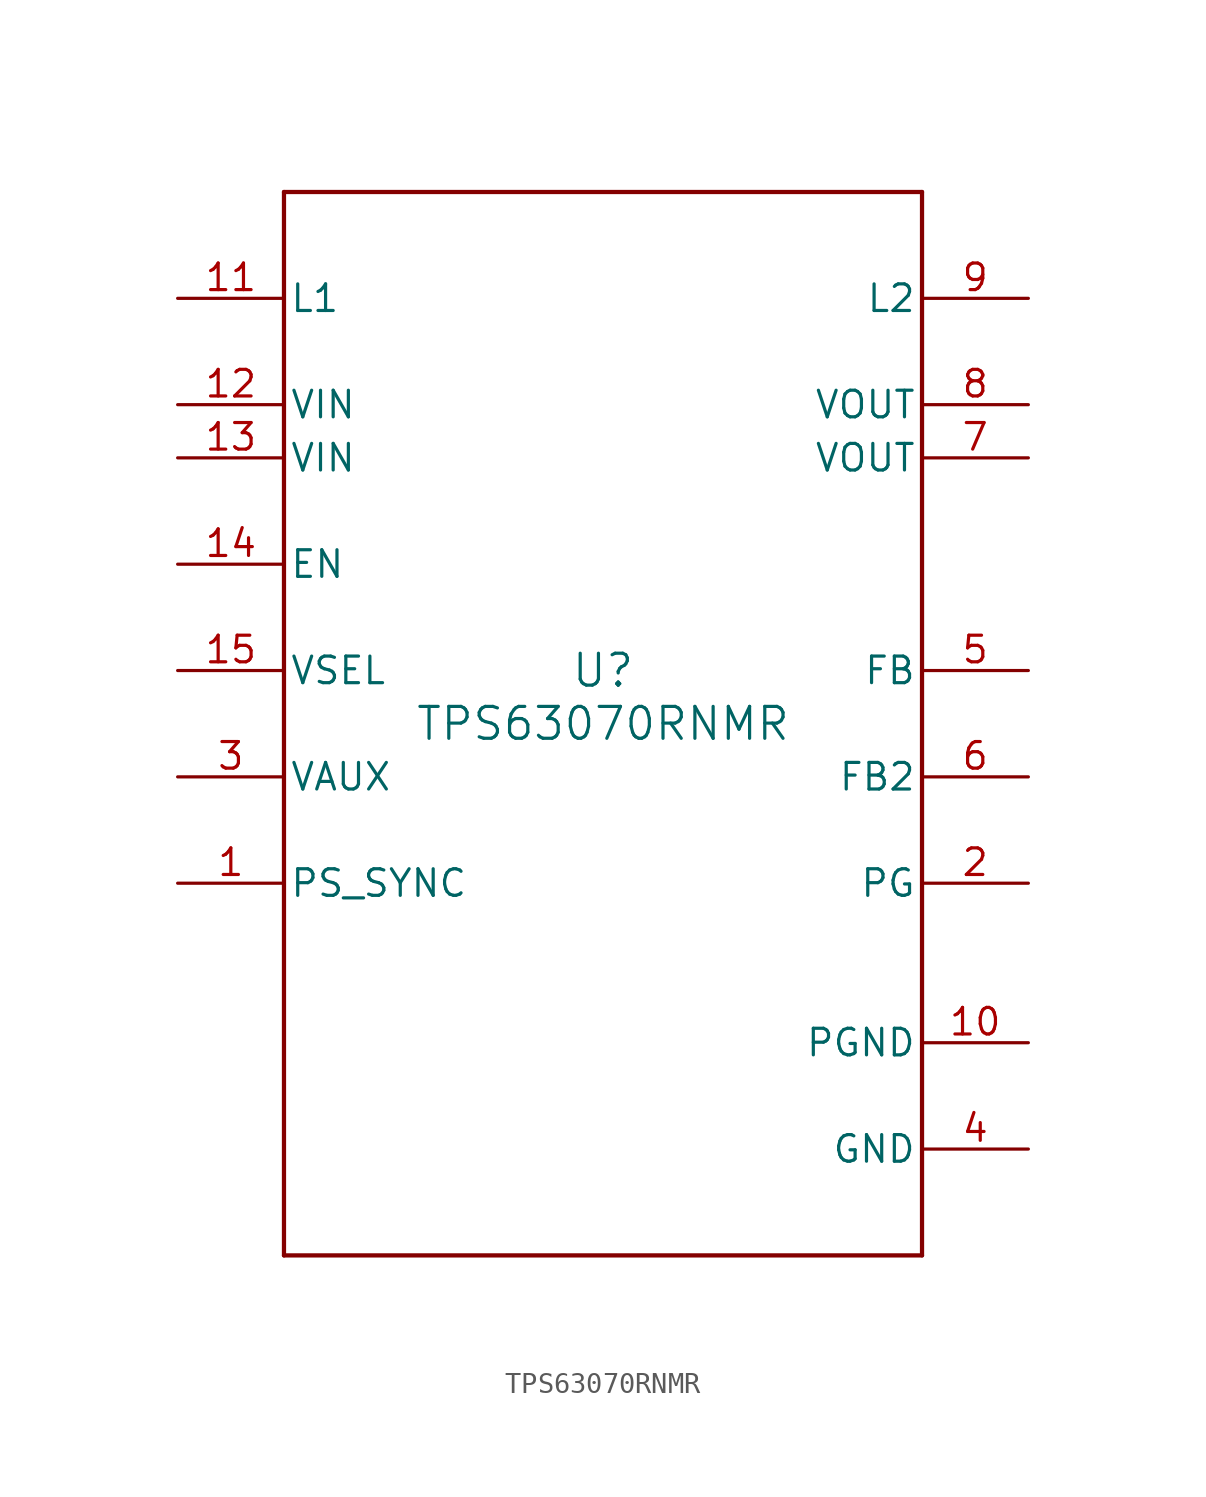
<source format=kicad_sym>
(kicad_symbol_lib
  (version 20211014)
  (generator kicad_symbol_editor)
  (symbol "TPS63070RNMR"
    (pin_names
      (offset 0.254))
    (property "Reference" "U"
      (at 0 2.54 0)
      (effects (font (size 1.524 1.524))))
    (property "Value" "TPS63070RNMR"
      (at 0 0 0)
      (effects (font (size 1.524 1.524))))
    (symbol "TPS63070RNMR_0_1"
      (polyline (pts (xy -15.24 -25.4) (xy 15.24 -25.4)) (stroke (width 0.203) (type default) (color 0 0 0 0)) (fill (type none)))
      (polyline (pts (xy 15.24 -25.4) (xy 15.24 25.4)) (stroke (width 0.203) (type default) (color 0 0 0 0)) (fill (type none)))
      (polyline (pts (xy 15.24 25.4) (xy -15.24 25.4)) (stroke (width 0.203) (type default) (color 0 0 0 0)) (fill (type none)))
      (polyline (pts (xy -15.24 25.4) (xy -15.24 -25.4)) (stroke (width 0.203) (type default) (color 0 0 0 0)) (fill (type none)))
      (pin input line (at -20.32 -7.62 0) (length 5.08) (name "PS_SYNC" (effects (font (size 1.27 1.27)))) (number "1" (effects (font (size 1.27 1.27)))))
      (pin open_collector line (at 20.32 -7.62 180) (length 5.08) (name "PG" (effects (font (size 1.27 1.27)))) (number "2" (effects (font (size 1.27 1.27)))))
      (pin unspecified line (at -20.32 -2.54 0) (length 5.08) (name "VAUX" (effects (font (size 1.27 1.27)))) (number "3" (effects (font (size 1.27 1.27)))))
      (pin power_in line (at 20.32 -20.32 180) (length 5.08) (name "GND" (effects (font (size 1.27 1.27)))) (number "4" (effects (font (size 1.27 1.27)))))
      (pin output line (at 20.32 2.54 180) (length 5.08) (name "FB" (effects (font (size 1.27 1.27)))) (number "5" (effects (font (size 1.27 1.27)))))
      (pin input line (at 20.32 -2.54 180) (length 5.08) (name "FB2" (effects (font (size 1.27 1.27)))) (number "6" (effects (font (size 1.27 1.27)))))
      (pin power_in line (at 20.32 12.7 180) (length 5.08) (name "VOUT" (effects (font (size 1.27 1.27)))) (number "7" (effects (font (size 1.27 1.27)))))
      (pin power_in line (at 20.32 15.24 180) (length 5.08) (name "VOUT" (effects (font (size 1.27 1.27)))) (number "8" (effects (font (size 1.27 1.27)))))
      (pin unspecified line (at 20.32 20.32 180) (length 5.08) (name "L2" (effects (font (size 1.27 1.27)))) (number "9" (effects (font (size 1.27 1.27)))))
      (pin power_in line (at 20.32 -15.24 180) (length 5.08) (name "PGND" (effects (font (size 1.27 1.27)))) (number "10" (effects (font (size 1.27 1.27)))))
      (pin unspecified line (at -20.32 20.32 0) (length 5.08) (name "L1" (effects (font (size 1.27 1.27)))) (number "11" (effects (font (size 1.27 1.27)))))
      (pin power_in line (at -20.32 15.24 0) (length 5.08) (name "VIN" (effects (font (size 1.27 1.27)))) (number "12" (effects (font (size 1.27 1.27)))))
      (pin power_in line (at -20.32 12.7 0) (length 5.08) (name "VIN" (effects (font (size 1.27 1.27)))) (number "13" (effects (font (size 1.27 1.27)))))
      (pin input line (at -20.32 7.62 0) (length 5.08) (name "EN" (effects (font (size 1.27 1.27)))) (number "14" (effects (font (size 1.27 1.27)))))
      (pin input line (at -20.32 2.54 0) (length 5.08) (name "VSEL" (effects (font (size 1.27 1.27)))) (number "15" (effects (font (size 1.27 1.27))))))))
</source>
